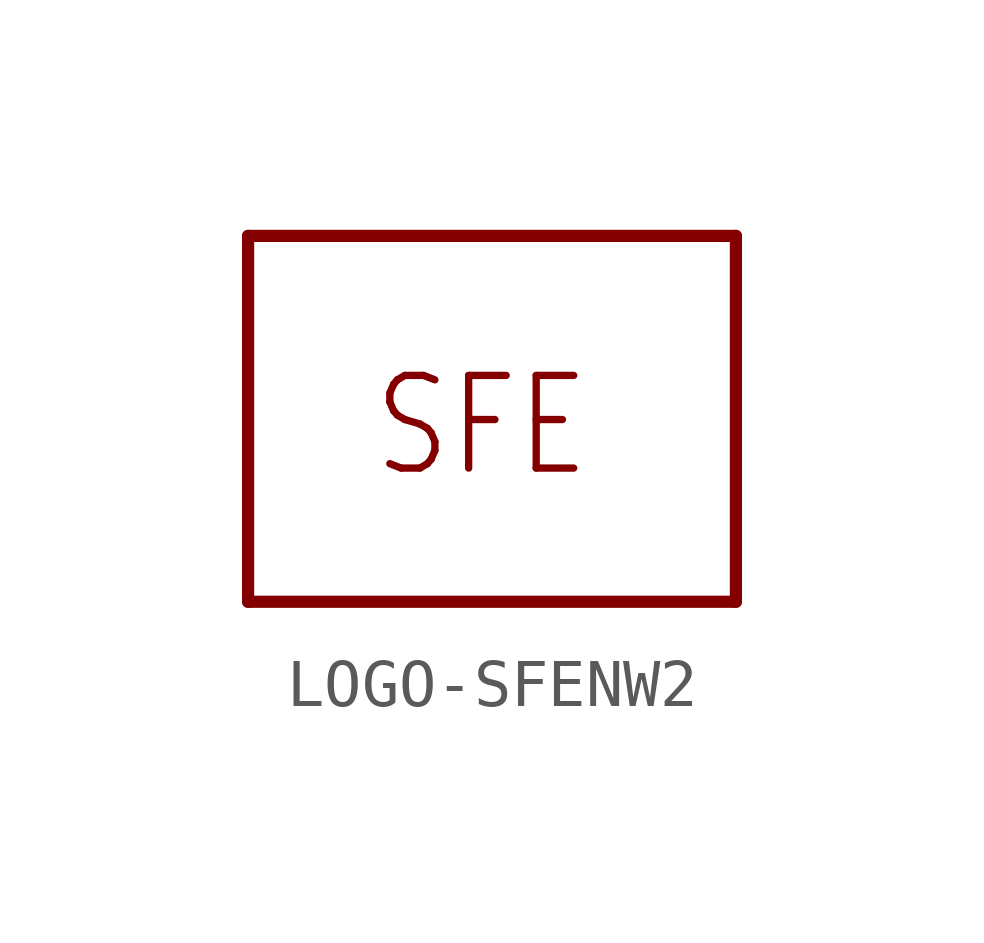
<source format=kicad_sym>
(kicad_symbol_lib
  (version 20220914)
  (generator kicad_symbol_editor)
  (symbol "LOGO-SFENW2"
    (property "Reference" "JP"
      (at 0 0 0)
      (effects (font (size 1.27 1.27)) hide))
    (property "ki_locked" ""
      (at 0 0 0)
      (effects (font (size 1.27 1.27))))
    (symbol "LOGO-SFENW2_1_0"
      (polyline (pts (xy -2.54 -2.54) (xy 7.62 -2.54)) (stroke (width 0.254) (type solid)) (fill (type none)))
      (polyline (pts (xy -2.54 5.08) (xy -2.54 -2.54)) (stroke (width 0.254) (type solid)) (fill (type none)))
      (polyline (pts (xy 7.62 -2.54) (xy 7.62 5.08)) (stroke (width 0.254) (type solid)) (fill (type none)))
      (polyline (pts (xy 7.62 5.08) (xy -2.54 5.08)) (stroke (width 0.254) (type solid)) (fill (type none)))
      (text "SFE" (at 0 0 0) (effects (font (size 1.93 1.641)) (justify left bottom))))))
</source>
